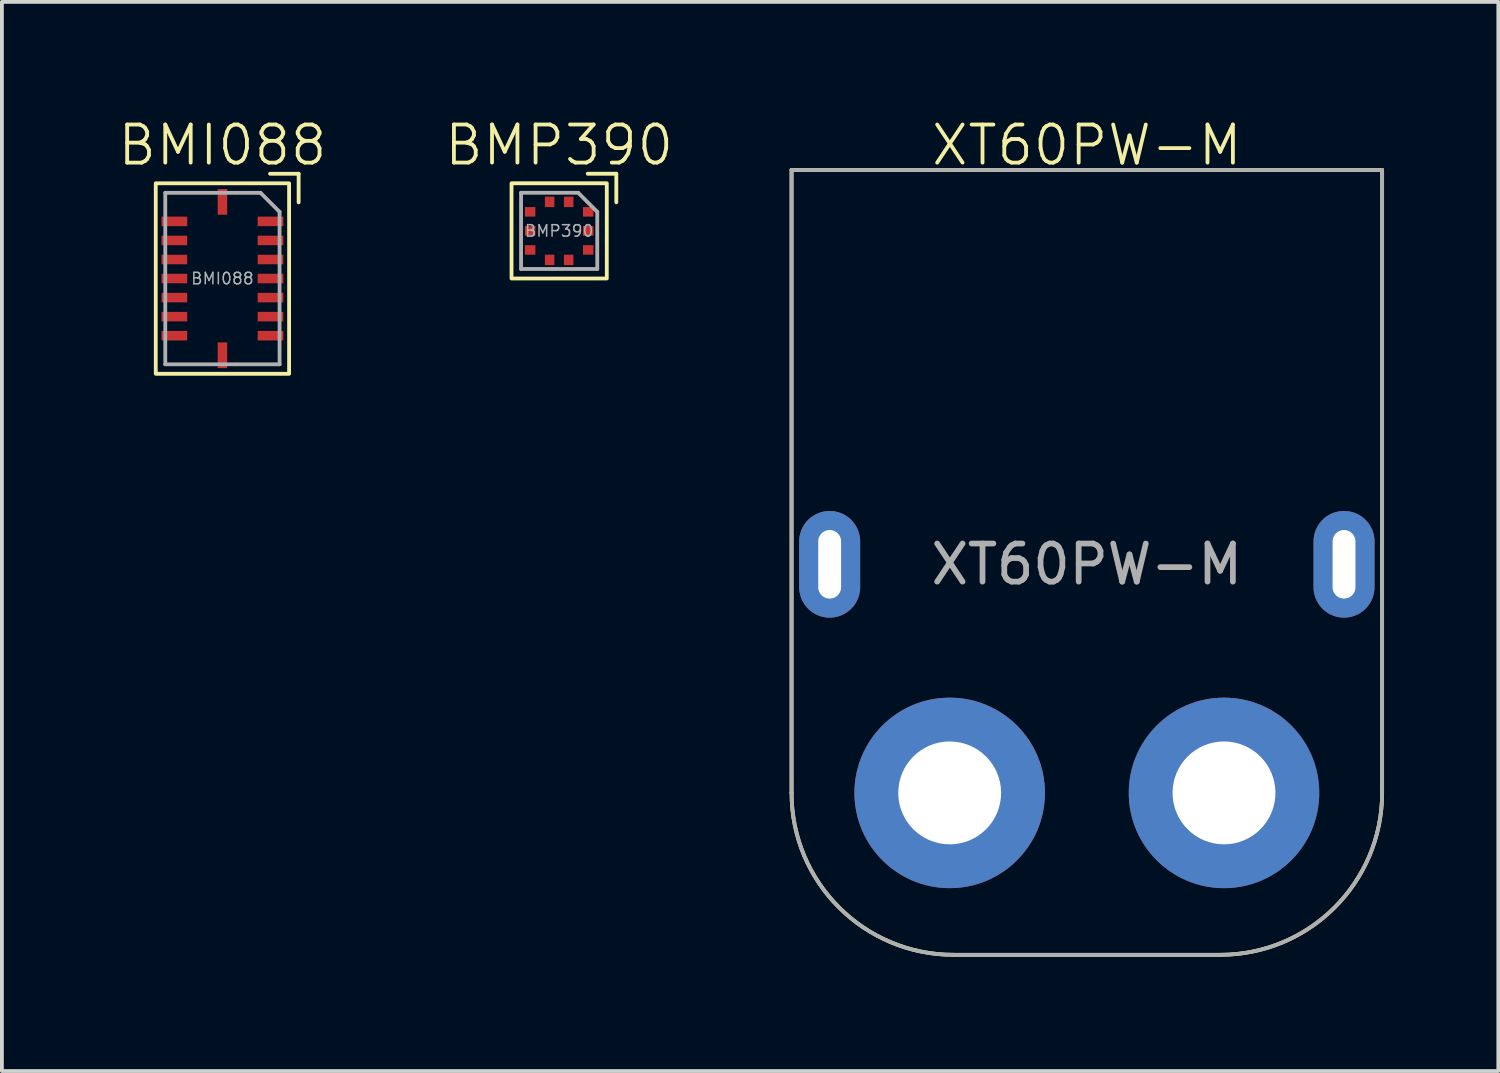
<source format=kicad_pcb>
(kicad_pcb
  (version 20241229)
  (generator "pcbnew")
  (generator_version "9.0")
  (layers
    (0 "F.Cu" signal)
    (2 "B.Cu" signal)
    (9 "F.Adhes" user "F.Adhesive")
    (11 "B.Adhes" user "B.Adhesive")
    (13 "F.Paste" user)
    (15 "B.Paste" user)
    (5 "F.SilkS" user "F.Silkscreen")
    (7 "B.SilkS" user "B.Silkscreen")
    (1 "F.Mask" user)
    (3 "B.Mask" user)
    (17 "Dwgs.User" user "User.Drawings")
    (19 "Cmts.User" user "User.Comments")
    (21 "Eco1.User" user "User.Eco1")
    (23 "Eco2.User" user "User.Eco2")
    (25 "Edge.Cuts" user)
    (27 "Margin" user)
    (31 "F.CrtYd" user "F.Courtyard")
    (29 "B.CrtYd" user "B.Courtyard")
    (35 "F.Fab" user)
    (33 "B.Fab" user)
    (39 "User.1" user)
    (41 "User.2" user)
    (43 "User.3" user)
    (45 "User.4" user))
  (footprint "BMI088"
    (layer "F.Cu")
    (at 2.788 4.261)
    (property "Reference" "BMI088" (at 0 -3.5 0) (unlocked yes) (layer "F.SilkS") (effects (font (size 1 1) (thickness 0.1))))
    (attr smd)
    (fp_line (start 1.25 -2.75) (end 2 -2.75) (stroke (width 0.1) (type default)) (layer "F.SilkS"))
    (fp_line (start 2 -2.75) (end 2 -2) (stroke (width 0.1) (type default)) (layer "F.SilkS"))
    (fp_rect (start -1.75 -2.5) (end 1.75 2.5) (stroke (width 0.1) (type default)) (fill no) (layer "F.SilkS"))
    (fp_line (start -1.5 -2.25) (end -1.5 2.25) (stroke (width 0.1) (type default)) (layer "F.Fab"))
    (fp_line (start -1.5 2.25) (end 1.5 2.25) (stroke (width 0.1) (type default)) (layer "F.Fab"))
    (fp_line (start 1 -2.25) (end -1.5 -2.25) (stroke (width 0.1) (type default)) (layer "F.Fab"))
    (fp_line (start 1 -2.25) (end 1.5 -1.75) (stroke (width 0.1) (type default)) (layer "F.Fab"))
    (fp_line (start 1.5 2.25) (end 1.5 -1.75) (stroke (width 0.1) (type default)) (layer "F.Fab"))
    (fp_text user "${REFERENCE}" (at 0 0 0) (unlocked yes) (layer "F.Fab") (effects (font (size 0.3 0.3) (thickness 0.04))))
    (pad "1" smd rect (at 1.262 -1.5) (size 0.675 0.25) (layers "F.Cu" "F.Mask" "F.Paste"))
    (pad "2" smd rect (at 1.262 -1) (size 0.675 0.25) (layers "F.Cu" "F.Mask" "F.Paste"))
    (pad "3" smd rect (at 1.262 -0.5) (size 0.675 0.25) (layers "F.Cu" "F.Mask" "F.Paste"))
    (pad "4" smd rect (at 1.262 0) (size 0.675 0.25) (layers "F.Cu" "F.Mask" "F.Paste"))
    (pad "5" smd rect (at 1.262 0.5) (size 0.675 0.25) (layers "F.Cu" "F.Mask" "F.Paste"))
    (pad "6" smd rect (at 1.262 1) (size 0.675 0.25) (layers "F.Cu" "F.Mask" "F.Paste"))
    (pad "7" smd rect (at 1.262 1.5) (size 0.675 0.25) (layers "F.Cu" "F.Mask" "F.Paste"))
    (pad "8" smd rect (at 0 2.013 90) (size 0.675 0.25) (layers "F.Cu" "F.Mask" "F.Paste"))
    (pad "9" smd rect (at -1.262 1.5) (size 0.675 0.25) (layers "F.Cu" "F.Mask" "F.Paste"))
    (pad "10" smd rect (at -1.262 1) (size 0.675 0.25) (layers "F.Cu" "F.Mask" "F.Paste"))
    (pad "11" smd rect (at -1.262 0.5) (size 0.675 0.25) (layers "F.Cu" "F.Mask" "F.Paste"))
    (pad "12" smd rect (at -1.262 0) (size 0.675 0.25) (layers "F.Cu" "F.Mask" "F.Paste"))
    (pad "13" smd rect (at -1.262 -0.5) (size 0.675 0.25) (layers "F.Cu" "F.Mask" "F.Paste"))
    (pad "14" smd rect (at -1.262 -1) (size 0.675 0.25) (layers "F.Cu" "F.Mask" "F.Paste"))
    (pad "15" smd rect (at -1.262 -1.5) (size 0.675 0.25) (layers "F.Cu" "F.Mask" "F.Paste"))
    (pad "16" smd rect (at 0 -2.013 90) (size 0.675 0.25) (layers "F.Cu" "F.Mask" "F.Paste")))
  (footprint "BMP390"
    (layer "F.Cu")
    (at 11.626 3.01)
    (property "Reference" "BMP390" (at 0 -2.25 0) (unlocked yes) (layer "F.SilkS") (effects (font (size 1 1) (thickness 0.1))))
    (attr smd)
    (fp_line (start 0.75 -1.5) (end 1.5 -1.5) (stroke (width 0.1) (type default)) (layer "F.SilkS"))
    (fp_line (start 1.5 -1.5) (end 1.5 -0.75) (stroke (width 0.1) (type default)) (layer "F.SilkS"))
    (fp_rect (start -1.25 -1.25) (end 1.25 1.25) (stroke (width 0.1) (type default)) (fill no) (layer "F.SilkS"))
    (fp_line (start -1 -1) (end -1 1) (stroke (width 0.1) (type default)) (layer "F.Fab"))
    (fp_line (start -1 1) (end 1 1) (stroke (width 0.1) (type default)) (layer "F.Fab"))
    (fp_line (start 0.5 -1) (end -1 -1) (stroke (width 0.1) (type default)) (layer "F.Fab"))
    (fp_line (start 0.5 -1) (end 1 -0.5) (stroke (width 0.1) (type default)) (layer "F.Fab"))
    (fp_line (start 1 1) (end 1 -0.5) (stroke (width 0.1) (type default)) (layer "F.Fab"))
    (fp_text user "${REFERENCE}" (at 0 0 0) (unlocked yes) (layer "F.Fab") (effects (font (size 0.3 0.3) (thickness 0.04))))
    (pad "1" smd rect (at 0.25 -0.762) (size 0.25 0.275) (layers "F.Cu" "F.Mask" "F.Paste"))
    (pad "2" smd rect (at -0.25 -0.762) (size 0.25 0.275) (layers "F.Cu" "F.Mask" "F.Paste"))
    (pad "3" smd rect (at -0.762 -0.5 90) (size 0.25 0.275) (layers "F.Cu" "F.Mask" "F.Paste"))
    (pad "4" smd rect (at -0.762 0 90) (size 0.25 0.275) (layers "F.Cu" "F.Mask" "F.Paste"))
    (pad "5" smd rect (at -0.762 0.5 90) (size 0.25 0.275) (layers "F.Cu" "F.Mask" "F.Paste"))
    (pad "6" smd rect (at -0.25 0.762) (size 0.25 0.275) (layers "F.Cu" "F.Mask" "F.Paste"))
    (pad "7" smd rect (at 0.25 0.762) (size 0.25 0.275) (layers "F.Cu" "F.Mask" "F.Paste"))
    (pad "8" smd rect (at 0.762 0.5 90) (size 0.25 0.275) (layers "F.Cu" "F.Mask" "F.Paste"))
    (pad "9" smd rect (at 0.762 0 90) (size 0.25 0.275) (layers "F.Cu" "F.Mask" "F.Paste"))
    (pad "10" smd rect (at 0.762 -0.5 90) (size 0.25 0.275) (layers "F.Cu" "F.Mask" "F.Paste")))
  (footprint "XT60PW-M"
    (layer "F.Cu")
    (at 25.476 11.761)
    (property "Reference" "XT60PW-M" (at 0 -11 0) (unlocked yes) (layer "F.SilkS") (effects (font (size 1 1) (thickness 0.1))))
    (attr through_hole)
    (fp_line (start -7.75 -10.35) (end -7.75 6) (stroke (width 0.1) (type default)) (layer "F.SilkS"))
    (fp_line (start -7.75 -10.35) (end 7.75 -10.35) (stroke (width 0.1) (type default)) (layer "F.SilkS"))
    (fp_line (start -3.5 10.25) (end 3.5 10.25) (stroke (width 0.1) (type default)) (layer "F.SilkS"))
    (fp_line (start 7.75 -10.35) (end 7.75 6) (stroke (width 0.1) (type default)) (layer "F.SilkS"))
    (fp_arc (start -3.5 10.25) (mid -6.505204 9.005204) (end -7.75 6) (stroke (width 0.1) (type default)) (layer "F.SilkS"))
    (fp_arc (start 7.75 6) (mid 6.505204 9.005204) (end 3.5 10.25) (stroke (width 0.1) (type default)) (layer "F.SilkS"))
    (fp_line (start -7.75 -10.35) (end -7.75 6) (stroke (width 0.1) (type default)) (layer "F.Fab"))
    (fp_line (start -7.75 -10.35) (end 7.75 -10.35) (stroke (width 0.1) (type default)) (layer "F.Fab"))
    (fp_line (start -3.5 10.25) (end 3.5 10.25) (stroke (width 0.1) (type default)) (layer "F.Fab"))
    (fp_line (start 7.75 -10.35) (end 7.75 6) (stroke (width 0.1) (type default)) (layer "F.Fab"))
    (fp_arc (start -3.499999 10.25) (mid -6.505203 9.005204) (end -7.749999 6) (stroke (width 0.1) (type default)) (layer "F.Fab"))
    (fp_arc (start 7.750001 6) (mid 6.505205 9.005204) (end 3.500001 10.25) (stroke (width 0.1) (type default)) (layer "F.Fab"))
    (fp_text user "${REFERENCE}" (at 0 0 0) (unlocked yes) (layer "F.Fab") (effects (font (size 1 1) (thickness 0.15))))
    (pad "" thru_hole oval (at -6.75 0) (size 1.6 2.8) (drill oval 0.6 1.8) (layers "*.Cu" "*.Mask"))
    (pad "" thru_hole oval (at 6.75 0) (size 1.6 2.8) (drill oval 0.6 1.8) (layers "*.Cu" "*.Mask"))
    (pad "1" thru_hole circle (at -3.6 6) (size 5 5) (drill 2.7) (layers "*.Cu" "*.Mask"))
    (pad "2" thru_hole circle (at 3.6 6) (size 5 5) (drill 2.7) (layers "*.Cu" "*.Mask")))
  (gr_rect
    (start -3 -3)
    (end 36.276 25.061)
    (stroke (width 0.1) (type default))
    (fill no)
    (layer "Edge.Cuts")))
</source>
